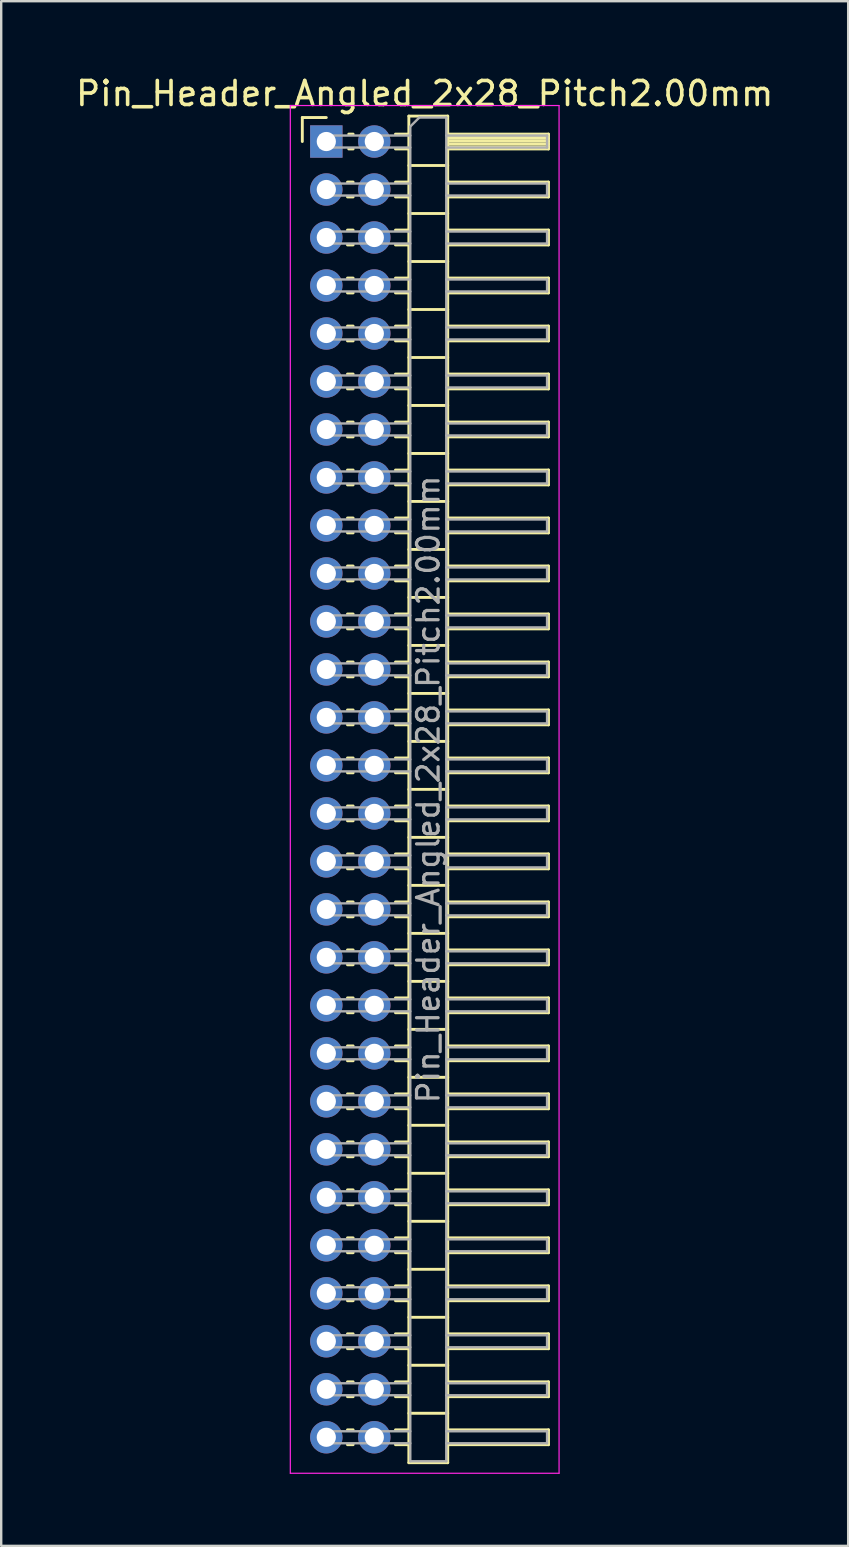
<source format=kicad_pcb>
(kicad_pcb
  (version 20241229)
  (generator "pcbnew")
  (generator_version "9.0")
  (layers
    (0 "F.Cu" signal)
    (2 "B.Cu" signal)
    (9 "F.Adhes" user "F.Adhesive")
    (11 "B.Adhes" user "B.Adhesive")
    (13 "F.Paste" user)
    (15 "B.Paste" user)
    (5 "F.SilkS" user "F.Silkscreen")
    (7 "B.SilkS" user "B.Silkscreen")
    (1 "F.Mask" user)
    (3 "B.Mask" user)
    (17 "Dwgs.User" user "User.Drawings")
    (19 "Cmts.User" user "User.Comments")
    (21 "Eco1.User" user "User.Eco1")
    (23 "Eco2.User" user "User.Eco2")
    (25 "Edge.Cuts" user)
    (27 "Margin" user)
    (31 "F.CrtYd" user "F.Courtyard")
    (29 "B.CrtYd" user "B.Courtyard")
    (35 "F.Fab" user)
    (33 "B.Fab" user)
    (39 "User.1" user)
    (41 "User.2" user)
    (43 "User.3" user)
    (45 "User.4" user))
  (footprint "Pin_Header_Angled_2x28_Pitch2.00mm"
    (layer "F.Cu")
    (at 10.549 2.848)
    (property "Reference" "Pin_Header_Angled_2x28_Pitch2.00mm" (at 4.1 -2 0) (layer "F.SilkS") (effects (font (size 1 1) (thickness 0.15))))
    (attr through_hole)
    (fp_line (start -1 -1) (end 0 -1) (stroke (width 0.12) (type solid)) (layer "F.SilkS"))
    (fp_line (start -1 0) (end -1 -1) (stroke (width 0.12) (type solid)) (layer "F.SilkS"))
    (fp_line (start 0.882 1.69) (end 1.118 1.69) (stroke (width 0.12) (type solid)) (layer "F.SilkS"))
    (fp_line (start 0.882 2.31) (end 1.118 2.31) (stroke (width 0.12) (type solid)) (layer "F.SilkS"))
    (fp_line (start 0.882 3.69) (end 1.118 3.69) (stroke (width 0.12) (type solid)) (layer "F.SilkS"))
    (fp_line (start 0.882 4.31) (end 1.118 4.31) (stroke (width 0.12) (type solid)) (layer "F.SilkS"))
    (fp_line (start 0.882 5.69) (end 1.118 5.69) (stroke (width 0.12) (type solid)) (layer "F.SilkS"))
    (fp_line (start 0.882 6.31) (end 1.118 6.31) (stroke (width 0.12) (type solid)) (layer "F.SilkS"))
    (fp_line (start 0.882 7.69) (end 1.118 7.69) (stroke (width 0.12) (type solid)) (layer "F.SilkS"))
    (fp_line (start 0.882 8.31) (end 1.118 8.31) (stroke (width 0.12) (type solid)) (layer "F.SilkS"))
    (fp_line (start 0.882 9.69) (end 1.118 9.69) (stroke (width 0.12) (type solid)) (layer "F.SilkS"))
    (fp_line (start 0.882 10.31) (end 1.118 10.31) (stroke (width 0.12) (type solid)) (layer "F.SilkS"))
    (fp_line (start 0.882 11.69) (end 1.118 11.69) (stroke (width 0.12) (type solid)) (layer "F.SilkS"))
    (fp_line (start 0.882 12.31) (end 1.118 12.31) (stroke (width 0.12) (type solid)) (layer "F.SilkS"))
    (fp_line (start 0.882 13.69) (end 1.118 13.69) (stroke (width 0.12) (type solid)) (layer "F.SilkS"))
    (fp_line (start 0.882 14.31) (end 1.118 14.31) (stroke (width 0.12) (type solid)) (layer "F.SilkS"))
    (fp_line (start 0.882 15.69) (end 1.118 15.69) (stroke (width 0.12) (type solid)) (layer "F.SilkS"))
    (fp_line (start 0.882 16.31) (end 1.118 16.31) (stroke (width 0.12) (type solid)) (layer "F.SilkS"))
    (fp_line (start 0.882 17.69) (end 1.118 17.69) (stroke (width 0.12) (type solid)) (layer "F.SilkS"))
    (fp_line (start 0.882 18.31) (end 1.118 18.31) (stroke (width 0.12) (type solid)) (layer "F.SilkS"))
    (fp_line (start 0.882 19.69) (end 1.118 19.69) (stroke (width 0.12) (type solid)) (layer "F.SilkS"))
    (fp_line (start 0.882 20.31) (end 1.118 20.31) (stroke (width 0.12) (type solid)) (layer "F.SilkS"))
    (fp_line (start 0.882 21.69) (end 1.118 21.69) (stroke (width 0.12) (type solid)) (layer "F.SilkS"))
    (fp_line (start 0.882 22.31) (end 1.118 22.31) (stroke (width 0.12) (type solid)) (layer "F.SilkS"))
    (fp_line (start 0.882 23.69) (end 1.118 23.69) (stroke (width 0.12) (type solid)) (layer "F.SilkS"))
    (fp_line (start 0.882 24.31) (end 1.118 24.31) (stroke (width 0.12) (type solid)) (layer "F.SilkS"))
    (fp_line (start 0.882 25.69) (end 1.118 25.69) (stroke (width 0.12) (type solid)) (layer "F.SilkS"))
    (fp_line (start 0.882 26.31) (end 1.118 26.31) (stroke (width 0.12) (type solid)) (layer "F.SilkS"))
    (fp_line (start 0.882 27.69) (end 1.118 27.69) (stroke (width 0.12) (type solid)) (layer "F.SilkS"))
    (fp_line (start 0.882 28.31) (end 1.118 28.31) (stroke (width 0.12) (type solid)) (layer "F.SilkS"))
    (fp_line (start 0.882 29.69) (end 1.118 29.69) (stroke (width 0.12) (type solid)) (layer "F.SilkS"))
    (fp_line (start 0.882 30.31) (end 1.118 30.31) (stroke (width 0.12) (type solid)) (layer "F.SilkS"))
    (fp_line (start 0.882 31.69) (end 1.118 31.69) (stroke (width 0.12) (type solid)) (layer "F.SilkS"))
    (fp_line (start 0.882 32.31) (end 1.118 32.31) (stroke (width 0.12) (type solid)) (layer "F.SilkS"))
    (fp_line (start 0.882 33.69) (end 1.118 33.69) (stroke (width 0.12) (type solid)) (layer "F.SilkS"))
    (fp_line (start 0.882 34.31) (end 1.118 34.31) (stroke (width 0.12) (type solid)) (layer "F.SilkS"))
    (fp_line (start 0.882 35.69) (end 1.118 35.69) (stroke (width 0.12) (type solid)) (layer "F.SilkS"))
    (fp_line (start 0.882 36.31) (end 1.118 36.31) (stroke (width 0.12) (type solid)) (layer "F.SilkS"))
    (fp_line (start 0.882 37.69) (end 1.118 37.69) (stroke (width 0.12) (type solid)) (layer "F.SilkS"))
    (fp_line (start 0.882 38.31) (end 1.118 38.31) (stroke (width 0.12) (type solid)) (layer "F.SilkS"))
    (fp_line (start 0.882 39.69) (end 1.118 39.69) (stroke (width 0.12) (type solid)) (layer "F.SilkS"))
    (fp_line (start 0.882 40.31) (end 1.118 40.31) (stroke (width 0.12) (type solid)) (layer "F.SilkS"))
    (fp_line (start 0.882 41.69) (end 1.118 41.69) (stroke (width 0.12) (type solid)) (layer "F.SilkS"))
    (fp_line (start 0.882 42.31) (end 1.118 42.31) (stroke (width 0.12) (type solid)) (layer "F.SilkS"))
    (fp_line (start 0.882 43.69) (end 1.118 43.69) (stroke (width 0.12) (type solid)) (layer "F.SilkS"))
    (fp_line (start 0.882 44.31) (end 1.118 44.31) (stroke (width 0.12) (type solid)) (layer "F.SilkS"))
    (fp_line (start 0.882 45.69) (end 1.118 45.69) (stroke (width 0.12) (type solid)) (layer "F.SilkS"))
    (fp_line (start 0.882 46.31) (end 1.118 46.31) (stroke (width 0.12) (type solid)) (layer "F.SilkS"))
    (fp_line (start 0.882 47.69) (end 1.118 47.69) (stroke (width 0.12) (type solid)) (layer "F.SilkS"))
    (fp_line (start 0.882 48.31) (end 1.118 48.31) (stroke (width 0.12) (type solid)) (layer "F.SilkS"))
    (fp_line (start 0.882 49.69) (end 1.118 49.69) (stroke (width 0.12) (type solid)) (layer "F.SilkS"))
    (fp_line (start 0.882 50.31) (end 1.118 50.31) (stroke (width 0.12) (type solid)) (layer "F.SilkS"))
    (fp_line (start 0.882 51.69) (end 1.118 51.69) (stroke (width 0.12) (type solid)) (layer "F.SilkS"))
    (fp_line (start 0.882 52.31) (end 1.118 52.31) (stroke (width 0.12) (type solid)) (layer "F.SilkS"))
    (fp_line (start 0.882 53.69) (end 1.118 53.69) (stroke (width 0.12) (type solid)) (layer "F.SilkS"))
    (fp_line (start 0.882 54.31) (end 1.118 54.31) (stroke (width 0.12) (type solid)) (layer "F.SilkS"))
    (fp_line (start 0.935 -0.31) (end 1.118 -0.31) (stroke (width 0.12) (type solid)) (layer "F.SilkS"))
    (fp_line (start 0.935 0.31) (end 1.118 0.31) (stroke (width 0.12) (type solid)) (layer "F.SilkS"))
    (fp_line (start 2.882 -0.31) (end 3.44 -0.31) (stroke (width 0.12) (type solid)) (layer "F.SilkS"))
    (fp_line (start 2.882 0.31) (end 3.44 0.31) (stroke (width 0.12) (type solid)) (layer "F.SilkS"))
    (fp_line (start 2.882 1.69) (end 3.44 1.69) (stroke (width 0.12) (type solid)) (layer "F.SilkS"))
    (fp_line (start 2.882 2.31) (end 3.44 2.31) (stroke (width 0.12) (type solid)) (layer "F.SilkS"))
    (fp_line (start 2.882 3.69) (end 3.44 3.69) (stroke (width 0.12) (type solid)) (layer "F.SilkS"))
    (fp_line (start 2.882 4.31) (end 3.44 4.31) (stroke (width 0.12) (type solid)) (layer "F.SilkS"))
    (fp_line (start 2.882 5.69) (end 3.44 5.69) (stroke (width 0.12) (type solid)) (layer "F.SilkS"))
    (fp_line (start 2.882 6.31) (end 3.44 6.31) (stroke (width 0.12) (type solid)) (layer "F.SilkS"))
    (fp_line (start 2.882 7.69) (end 3.44 7.69) (stroke (width 0.12) (type solid)) (layer "F.SilkS"))
    (fp_line (start 2.882 8.31) (end 3.44 8.31) (stroke (width 0.12) (type solid)) (layer "F.SilkS"))
    (fp_line (start 2.882 9.69) (end 3.44 9.69) (stroke (width 0.12) (type solid)) (layer "F.SilkS"))
    (fp_line (start 2.882 10.31) (end 3.44 10.31) (stroke (width 0.12) (type solid)) (layer "F.SilkS"))
    (fp_line (start 2.882 11.69) (end 3.44 11.69) (stroke (width 0.12) (type solid)) (layer "F.SilkS"))
    (fp_line (start 2.882 12.31) (end 3.44 12.31) (stroke (width 0.12) (type solid)) (layer "F.SilkS"))
    (fp_line (start 2.882 13.69) (end 3.44 13.69) (stroke (width 0.12) (type solid)) (layer "F.SilkS"))
    (fp_line (start 2.882 14.31) (end 3.44 14.31) (stroke (width 0.12) (type solid)) (layer "F.SilkS"))
    (fp_line (start 2.882 15.69) (end 3.44 15.69) (stroke (width 0.12) (type solid)) (layer "F.SilkS"))
    (fp_line (start 2.882 16.31) (end 3.44 16.31) (stroke (width 0.12) (type solid)) (layer "F.SilkS"))
    (fp_line (start 2.882 17.69) (end 3.44 17.69) (stroke (width 0.12) (type solid)) (layer "F.SilkS"))
    (fp_line (start 2.882 18.31) (end 3.44 18.31) (stroke (width 0.12) (type solid)) (layer "F.SilkS"))
    (fp_line (start 2.882 19.69) (end 3.44 19.69) (stroke (width 0.12) (type solid)) (layer "F.SilkS"))
    (fp_line (start 2.882 20.31) (end 3.44 20.31) (stroke (width 0.12) (type solid)) (layer "F.SilkS"))
    (fp_line (start 2.882 21.69) (end 3.44 21.69) (stroke (width 0.12) (type solid)) (layer "F.SilkS"))
    (fp_line (start 2.882 22.31) (end 3.44 22.31) (stroke (width 0.12) (type solid)) (layer "F.SilkS"))
    (fp_line (start 2.882 23.69) (end 3.44 23.69) (stroke (width 0.12) (type solid)) (layer "F.SilkS"))
    (fp_line (start 2.882 24.31) (end 3.44 24.31) (stroke (width 0.12) (type solid)) (layer "F.SilkS"))
    (fp_line (start 2.882 25.69) (end 3.44 25.69) (stroke (width 0.12) (type solid)) (layer "F.SilkS"))
    (fp_line (start 2.882 26.31) (end 3.44 26.31) (stroke (width 0.12) (type solid)) (layer "F.SilkS"))
    (fp_line (start 2.882 27.69) (end 3.44 27.69) (stroke (width 0.12) (type solid)) (layer "F.SilkS"))
    (fp_line (start 2.882 28.31) (end 3.44 28.31) (stroke (width 0.12) (type solid)) (layer "F.SilkS"))
    (fp_line (start 2.882 29.69) (end 3.44 29.69) (stroke (width 0.12) (type solid)) (layer "F.SilkS"))
    (fp_line (start 2.882 30.31) (end 3.44 30.31) (stroke (width 0.12) (type solid)) (layer "F.SilkS"))
    (fp_line (start 2.882 31.69) (end 3.44 31.69) (stroke (width 0.12) (type solid)) (layer "F.SilkS"))
    (fp_line (start 2.882 32.31) (end 3.44 32.31) (stroke (width 0.12) (type solid)) (layer "F.SilkS"))
    (fp_line (start 2.882 33.69) (end 3.44 33.69) (stroke (width 0.12) (type solid)) (layer "F.SilkS"))
    (fp_line (start 2.882 34.31) (end 3.44 34.31) (stroke (width 0.12) (type solid)) (layer "F.SilkS"))
    (fp_line (start 2.882 35.69) (end 3.44 35.69) (stroke (width 0.12) (type solid)) (layer "F.SilkS"))
    (fp_line (start 2.882 36.31) (end 3.44 36.31) (stroke (width 0.12) (type solid)) (layer "F.SilkS"))
    (fp_line (start 2.882 37.69) (end 3.44 37.69) (stroke (width 0.12) (type solid)) (layer "F.SilkS"))
    (fp_line (start 2.882 38.31) (end 3.44 38.31) (stroke (width 0.12) (type solid)) (layer "F.SilkS"))
    (fp_line (start 2.882 39.69) (end 3.44 39.69) (stroke (width 0.12) (type solid)) (layer "F.SilkS"))
    (fp_line (start 2.882 40.31) (end 3.44 40.31) (stroke (width 0.12) (type solid)) (layer "F.SilkS"))
    (fp_line (start 2.882 41.69) (end 3.44 41.69) (stroke (width 0.12) (type solid)) (layer "F.SilkS"))
    (fp_line (start 2.882 42.31) (end 3.44 42.31) (stroke (width 0.12) (type solid)) (layer "F.SilkS"))
    (fp_line (start 2.882 43.69) (end 3.44 43.69) (stroke (width 0.12) (type solid)) (layer "F.SilkS"))
    (fp_line (start 2.882 44.31) (end 3.44 44.31) (stroke (width 0.12) (type solid)) (layer "F.SilkS"))
    (fp_line (start 2.882 45.69) (end 3.44 45.69) (stroke (width 0.12) (type solid)) (layer "F.SilkS"))
    (fp_line (start 2.882 46.31) (end 3.44 46.31) (stroke (width 0.12) (type solid)) (layer "F.SilkS"))
    (fp_line (start 2.882 47.69) (end 3.44 47.69) (stroke (width 0.12) (type solid)) (layer "F.SilkS"))
    (fp_line (start 2.882 48.31) (end 3.44 48.31) (stroke (width 0.12) (type solid)) (layer "F.SilkS"))
    (fp_line (start 2.882 49.69) (end 3.44 49.69) (stroke (width 0.12) (type solid)) (layer "F.SilkS"))
    (fp_line (start 2.882 50.31) (end 3.44 50.31) (stroke (width 0.12) (type solid)) (layer "F.SilkS"))
    (fp_line (start 2.882 51.69) (end 3.44 51.69) (stroke (width 0.12) (type solid)) (layer "F.SilkS"))
    (fp_line (start 2.882 52.31) (end 3.44 52.31) (stroke (width 0.12) (type solid)) (layer "F.SilkS"))
    (fp_line (start 2.882 53.69) (end 3.44 53.69) (stroke (width 0.12) (type solid)) (layer "F.SilkS"))
    (fp_line (start 2.882 54.31) (end 3.44 54.31) (stroke (width 0.12) (type solid)) (layer "F.SilkS"))
    (fp_line (start 3.44 -1.06) (end 3.44 55.06) (stroke (width 0.12) (type solid)) (layer "F.SilkS"))
    (fp_line (start 3.44 1) (end 5.06 1) (stroke (width 0.12) (type solid)) (layer "F.SilkS"))
    (fp_line (start 3.44 3) (end 5.06 3) (stroke (width 0.12) (type solid)) (layer "F.SilkS"))
    (fp_line (start 3.44 5) (end 5.06 5) (stroke (width 0.12) (type solid)) (layer "F.SilkS"))
    (fp_line (start 3.44 7) (end 5.06 7) (stroke (width 0.12) (type solid)) (layer "F.SilkS"))
    (fp_line (start 3.44 9) (end 5.06 9) (stroke (width 0.12) (type solid)) (layer "F.SilkS"))
    (fp_line (start 3.44 11) (end 5.06 11) (stroke (width 0.12) (type solid)) (layer "F.SilkS"))
    (fp_line (start 3.44 13) (end 5.06 13) (stroke (width 0.12) (type solid)) (layer "F.SilkS"))
    (fp_line (start 3.44 15) (end 5.06 15) (stroke (width 0.12) (type solid)) (layer "F.SilkS"))
    (fp_line (start 3.44 17) (end 5.06 17) (stroke (width 0.12) (type solid)) (layer "F.SilkS"))
    (fp_line (start 3.44 19) (end 5.06 19) (stroke (width 0.12) (type solid)) (layer "F.SilkS"))
    (fp_line (start 3.44 21) (end 5.06 21) (stroke (width 0.12) (type solid)) (layer "F.SilkS"))
    (fp_line (start 3.44 23) (end 5.06 23) (stroke (width 0.12) (type solid)) (layer "F.SilkS"))
    (fp_line (start 3.44 25) (end 5.06 25) (stroke (width 0.12) (type solid)) (layer "F.SilkS"))
    (fp_line (start 3.44 27) (end 5.06 27) (stroke (width 0.12) (type solid)) (layer "F.SilkS"))
    (fp_line (start 3.44 29) (end 5.06 29) (stroke (width 0.12) (type solid)) (layer "F.SilkS"))
    (fp_line (start 3.44 31) (end 5.06 31) (stroke (width 0.12) (type solid)) (layer "F.SilkS"))
    (fp_line (start 3.44 33) (end 5.06 33) (stroke (width 0.12) (type solid)) (layer "F.SilkS"))
    (fp_line (start 3.44 35) (end 5.06 35) (stroke (width 0.12) (type solid)) (layer "F.SilkS"))
    (fp_line (start 3.44 37) (end 5.06 37) (stroke (width 0.12) (type solid)) (layer "F.SilkS"))
    (fp_line (start 3.44 39) (end 5.06 39) (stroke (width 0.12) (type solid)) (layer "F.SilkS"))
    (fp_line (start 3.44 41) (end 5.06 41) (stroke (width 0.12) (type solid)) (layer "F.SilkS"))
    (fp_line (start 3.44 43) (end 5.06 43) (stroke (width 0.12) (type solid)) (layer "F.SilkS"))
    (fp_line (start 3.44 45) (end 5.06 45) (stroke (width 0.12) (type solid)) (layer "F.SilkS"))
    (fp_line (start 3.44 47) (end 5.06 47) (stroke (width 0.12) (type solid)) (layer "F.SilkS"))
    (fp_line (start 3.44 49) (end 5.06 49) (stroke (width 0.12) (type solid)) (layer "F.SilkS"))
    (fp_line (start 3.44 51) (end 5.06 51) (stroke (width 0.12) (type solid)) (layer "F.SilkS"))
    (fp_line (start 3.44 53) (end 5.06 53) (stroke (width 0.12) (type solid)) (layer "F.SilkS"))
    (fp_line (start 3.44 55.06) (end 5.06 55.06) (stroke (width 0.12) (type solid)) (layer "F.SilkS"))
    (fp_line (start 5.06 -1.06) (end 3.44 -1.06) (stroke (width 0.12) (type solid)) (layer "F.SilkS"))
    (fp_line (start 5.06 -0.31) (end 9.26 -0.31) (stroke (width 0.12) (type solid)) (layer "F.SilkS"))
    (fp_line (start 5.06 -0.25) (end 9.26 -0.25) (stroke (width 0.12) (type solid)) (layer "F.SilkS"))
    (fp_line (start 5.06 -0.13) (end 9.26 -0.13) (stroke (width 0.12) (type solid)) (layer "F.SilkS"))
    (fp_line (start 5.06 -0.01) (end 9.26 -0.01) (stroke (width 0.12) (type solid)) (layer "F.SilkS"))
    (fp_line (start 5.06 0.11) (end 9.26 0.11) (stroke (width 0.12) (type solid)) (layer "F.SilkS"))
    (fp_line (start 5.06 0.23) (end 9.26 0.23) (stroke (width 0.12) (type solid)) (layer "F.SilkS"))
    (fp_line (start 5.06 1.69) (end 9.26 1.69) (stroke (width 0.12) (type solid)) (layer "F.SilkS"))
    (fp_line (start 5.06 3.69) (end 9.26 3.69) (stroke (width 0.12) (type solid)) (layer "F.SilkS"))
    (fp_line (start 5.06 5.69) (end 9.26 5.69) (stroke (width 0.12) (type solid)) (layer "F.SilkS"))
    (fp_line (start 5.06 7.69) (end 9.26 7.69) (stroke (width 0.12) (type solid)) (layer "F.SilkS"))
    (fp_line (start 5.06 9.69) (end 9.26 9.69) (stroke (width 0.12) (type solid)) (layer "F.SilkS"))
    (fp_line (start 5.06 11.69) (end 9.26 11.69) (stroke (width 0.12) (type solid)) (layer "F.SilkS"))
    (fp_line (start 5.06 13.69) (end 9.26 13.69) (stroke (width 0.12) (type solid)) (layer "F.SilkS"))
    (fp_line (start 5.06 15.69) (end 9.26 15.69) (stroke (width 0.12) (type solid)) (layer "F.SilkS"))
    (fp_line (start 5.06 17.69) (end 9.26 17.69) (stroke (width 0.12) (type solid)) (layer "F.SilkS"))
    (fp_line (start 5.06 19.69) (end 9.26 19.69) (stroke (width 0.12) (type solid)) (layer "F.SilkS"))
    (fp_line (start 5.06 21.69) (end 9.26 21.69) (stroke (width 0.12) (type solid)) (layer "F.SilkS"))
    (fp_line (start 5.06 23.69) (end 9.26 23.69) (stroke (width 0.12) (type solid)) (layer "F.SilkS"))
    (fp_line (start 5.06 25.69) (end 9.26 25.69) (stroke (width 0.12) (type solid)) (layer "F.SilkS"))
    (fp_line (start 5.06 27.69) (end 9.26 27.69) (stroke (width 0.12) (type solid)) (layer "F.SilkS"))
    (fp_line (start 5.06 29.69) (end 9.26 29.69) (stroke (width 0.12) (type solid)) (layer "F.SilkS"))
    (fp_line (start 5.06 31.69) (end 9.26 31.69) (stroke (width 0.12) (type solid)) (layer "F.SilkS"))
    (fp_line (start 5.06 33.69) (end 9.26 33.69) (stroke (width 0.12) (type solid)) (layer "F.SilkS"))
    (fp_line (start 5.06 35.69) (end 9.26 35.69) (stroke (width 0.12) (type solid)) (layer "F.SilkS"))
    (fp_line (start 5.06 37.69) (end 9.26 37.69) (stroke (width 0.12) (type solid)) (layer "F.SilkS"))
    (fp_line (start 5.06 39.69) (end 9.26 39.69) (stroke (width 0.12) (type solid)) (layer "F.SilkS"))
    (fp_line (start 5.06 41.69) (end 9.26 41.69) (stroke (width 0.12) (type solid)) (layer "F.SilkS"))
    (fp_line (start 5.06 43.69) (end 9.26 43.69) (stroke (width 0.12) (type solid)) (layer "F.SilkS"))
    (fp_line (start 5.06 45.69) (end 9.26 45.69) (stroke (width 0.12) (type solid)) (layer "F.SilkS"))
    (fp_line (start 5.06 47.69) (end 9.26 47.69) (stroke (width 0.12) (type solid)) (layer "F.SilkS"))
    (fp_line (start 5.06 49.69) (end 9.26 49.69) (stroke (width 0.12) (type solid)) (layer "F.SilkS"))
    (fp_line (start 5.06 51.69) (end 9.26 51.69) (stroke (width 0.12) (type solid)) (layer "F.SilkS"))
    (fp_line (start 5.06 53.69) (end 9.26 53.69) (stroke (width 0.12) (type solid)) (layer "F.SilkS"))
    (fp_line (start 5.06 55.06) (end 5.06 -1.06) (stroke (width 0.12) (type solid)) (layer "F.SilkS"))
    (fp_line (start 9.26 -0.31) (end 9.26 0.31) (stroke (width 0.12) (type solid)) (layer "F.SilkS"))
    (fp_line (start 9.26 0.31) (end 5.06 0.31) (stroke (width 0.12) (type solid)) (layer "F.SilkS"))
    (fp_line (start 9.26 1.69) (end 9.26 2.31) (stroke (width 0.12) (type solid)) (layer "F.SilkS"))
    (fp_line (start 9.26 2.31) (end 5.06 2.31) (stroke (width 0.12) (type solid)) (layer "F.SilkS"))
    (fp_line (start 9.26 3.69) (end 9.26 4.31) (stroke (width 0.12) (type solid)) (layer "F.SilkS"))
    (fp_line (start 9.26 4.31) (end 5.06 4.31) (stroke (width 0.12) (type solid)) (layer "F.SilkS"))
    (fp_line (start 9.26 5.69) (end 9.26 6.31) (stroke (width 0.12) (type solid)) (layer "F.SilkS"))
    (fp_line (start 9.26 6.31) (end 5.06 6.31) (stroke (width 0.12) (type solid)) (layer "F.SilkS"))
    (fp_line (start 9.26 7.69) (end 9.26 8.31) (stroke (width 0.12) (type solid)) (layer "F.SilkS"))
    (fp_line (start 9.26 8.31) (end 5.06 8.31) (stroke (width 0.12) (type solid)) (layer "F.SilkS"))
    (fp_line (start 9.26 9.69) (end 9.26 10.31) (stroke (width 0.12) (type solid)) (layer "F.SilkS"))
    (fp_line (start 9.26 10.31) (end 5.06 10.31) (stroke (width 0.12) (type solid)) (layer "F.SilkS"))
    (fp_line (start 9.26 11.69) (end 9.26 12.31) (stroke (width 0.12) (type solid)) (layer "F.SilkS"))
    (fp_line (start 9.26 12.31) (end 5.06 12.31) (stroke (width 0.12) (type solid)) (layer "F.SilkS"))
    (fp_line (start 9.26 13.69) (end 9.26 14.31) (stroke (width 0.12) (type solid)) (layer "F.SilkS"))
    (fp_line (start 9.26 14.31) (end 5.06 14.31) (stroke (width 0.12) (type solid)) (layer "F.SilkS"))
    (fp_line (start 9.26 15.69) (end 9.26 16.31) (stroke (width 0.12) (type solid)) (layer "F.SilkS"))
    (fp_line (start 9.26 16.31) (end 5.06 16.31) (stroke (width 0.12) (type solid)) (layer "F.SilkS"))
    (fp_line (start 9.26 17.69) (end 9.26 18.31) (stroke (width 0.12) (type solid)) (layer "F.SilkS"))
    (fp_line (start 9.26 18.31) (end 5.06 18.31) (stroke (width 0.12) (type solid)) (layer "F.SilkS"))
    (fp_line (start 9.26 19.69) (end 9.26 20.31) (stroke (width 0.12) (type solid)) (layer "F.SilkS"))
    (fp_line (start 9.26 20.31) (end 5.06 20.31) (stroke (width 0.12) (type solid)) (layer "F.SilkS"))
    (fp_line (start 9.26 21.69) (end 9.26 22.31) (stroke (width 0.12) (type solid)) (layer "F.SilkS"))
    (fp_line (start 9.26 22.31) (end 5.06 22.31) (stroke (width 0.12) (type solid)) (layer "F.SilkS"))
    (fp_line (start 9.26 23.69) (end 9.26 24.31) (stroke (width 0.12) (type solid)) (layer "F.SilkS"))
    (fp_line (start 9.26 24.31) (end 5.06 24.31) (stroke (width 0.12) (type solid)) (layer "F.SilkS"))
    (fp_line (start 9.26 25.69) (end 9.26 26.31) (stroke (width 0.12) (type solid)) (layer "F.SilkS"))
    (fp_line (start 9.26 26.31) (end 5.06 26.31) (stroke (width 0.12) (type solid)) (layer "F.SilkS"))
    (fp_line (start 9.26 27.69) (end 9.26 28.31) (stroke (width 0.12) (type solid)) (layer "F.SilkS"))
    (fp_line (start 9.26 28.31) (end 5.06 28.31) (stroke (width 0.12) (type solid)) (layer "F.SilkS"))
    (fp_line (start 9.26 29.69) (end 9.26 30.31) (stroke (width 0.12) (type solid)) (layer "F.SilkS"))
    (fp_line (start 9.26 30.31) (end 5.06 30.31) (stroke (width 0.12) (type solid)) (layer "F.SilkS"))
    (fp_line (start 9.26 31.69) (end 9.26 32.31) (stroke (width 0.12) (type solid)) (layer "F.SilkS"))
    (fp_line (start 9.26 32.31) (end 5.06 32.31) (stroke (width 0.12) (type solid)) (layer "F.SilkS"))
    (fp_line (start 9.26 33.69) (end 9.26 34.31) (stroke (width 0.12) (type solid)) (layer "F.SilkS"))
    (fp_line (start 9.26 34.31) (end 5.06 34.31) (stroke (width 0.12) (type solid)) (layer "F.SilkS"))
    (fp_line (start 9.26 35.69) (end 9.26 36.31) (stroke (width 0.12) (type solid)) (layer "F.SilkS"))
    (fp_line (start 9.26 36.31) (end 5.06 36.31) (stroke (width 0.12) (type solid)) (layer "F.SilkS"))
    (fp_line (start 9.26 37.69) (end 9.26 38.31) (stroke (width 0.12) (type solid)) (layer "F.SilkS"))
    (fp_line (start 9.26 38.31) (end 5.06 38.31) (stroke (width 0.12) (type solid)) (layer "F.SilkS"))
    (fp_line (start 9.26 39.69) (end 9.26 40.31) (stroke (width 0.12) (type solid)) (layer "F.SilkS"))
    (fp_line (start 9.26 40.31) (end 5.06 40.31) (stroke (width 0.12) (type solid)) (layer "F.SilkS"))
    (fp_line (start 9.26 41.69) (end 9.26 42.31) (stroke (width 0.12) (type solid)) (layer "F.SilkS"))
    (fp_line (start 9.26 42.31) (end 5.06 42.31) (stroke (width 0.12) (type solid)) (layer "F.SilkS"))
    (fp_line (start 9.26 43.69) (end 9.26 44.31) (stroke (width 0.12) (type solid)) (layer "F.SilkS"))
    (fp_line (start 9.26 44.31) (end 5.06 44.31) (stroke (width 0.12) (type solid)) (layer "F.SilkS"))
    (fp_line (start 9.26 45.69) (end 9.26 46.31) (stroke (width 0.12) (type solid)) (layer "F.SilkS"))
    (fp_line (start 9.26 46.31) (end 5.06 46.31) (stroke (width 0.12) (type solid)) (layer "F.SilkS"))
    (fp_line (start 9.26 47.69) (end 9.26 48.31) (stroke (width 0.12) (type solid)) (layer "F.SilkS"))
    (fp_line (start 9.26 48.31) (end 5.06 48.31) (stroke (width 0.12) (type solid)) (layer "F.SilkS"))
    (fp_line (start 9.26 49.69) (end 9.26 50.31) (stroke (width 0.12) (type solid)) (layer "F.SilkS"))
    (fp_line (start 9.26 50.31) (end 5.06 50.31) (stroke (width 0.12) (type solid)) (layer "F.SilkS"))
    (fp_line (start 9.26 51.69) (end 9.26 52.31) (stroke (width 0.12) (type solid)) (layer "F.SilkS"))
    (fp_line (start 9.26 52.31) (end 5.06 52.31) (stroke (width 0.12) (type solid)) (layer "F.SilkS"))
    (fp_line (start 9.26 53.69) (end 9.26 54.31) (stroke (width 0.12) (type solid)) (layer "F.SilkS"))
    (fp_line (start 9.26 54.31) (end 5.06 54.31) (stroke (width 0.12) (type solid)) (layer "F.SilkS"))
    (fp_line (start -1.5 -1.5) (end -1.5 55.5) (stroke (width 0.05) (type solid)) (layer "F.CrtYd"))
    (fp_line (start -1.5 55.5) (end 9.7 55.5) (stroke (width 0.05) (type solid)) (layer "F.CrtYd"))
    (fp_line (start 9.7 -1.5) (end -1.5 -1.5) (stroke (width 0.05) (type solid)) (layer "F.CrtYd"))
    (fp_line (start 9.7 55.5) (end 9.7 -1.5) (stroke (width 0.05) (type solid)) (layer "F.CrtYd"))
    (fp_line (start -0.25 -0.25) (end -0.25 0.25) (stroke (width 0.1) (type solid)) (layer "F.Fab"))
    (fp_line (start -0.25 -0.25) (end 3.5 -0.25) (stroke (width 0.1) (type solid)) (layer "F.Fab"))
    (fp_line (start -0.25 0.25) (end 3.5 0.25) (stroke (width 0.1) (type solid)) (layer "F.Fab"))
    (fp_line (start -0.25 1.75) (end -0.25 2.25) (stroke (width 0.1) (type solid)) (layer "F.Fab"))
    (fp_line (start -0.25 1.75) (end 3.5 1.75) (stroke (width 0.1) (type solid)) (layer "F.Fab"))
    (fp_line (start -0.25 2.25) (end 3.5 2.25) (stroke (width 0.1) (type solid)) (layer "F.Fab"))
    (fp_line (start -0.25 3.75) (end -0.25 4.25) (stroke (width 0.1) (type solid)) (layer "F.Fab"))
    (fp_line (start -0.25 3.75) (end 3.5 3.75) (stroke (width 0.1) (type solid)) (layer "F.Fab"))
    (fp_line (start -0.25 4.25) (end 3.5 4.25) (stroke (width 0.1) (type solid)) (layer "F.Fab"))
    (fp_line (start -0.25 5.75) (end -0.25 6.25) (stroke (width 0.1) (type solid)) (layer "F.Fab"))
    (fp_line (start -0.25 5.75) (end 3.5 5.75) (stroke (width 0.1) (type solid)) (layer "F.Fab"))
    (fp_line (start -0.25 6.25) (end 3.5 6.25) (stroke (width 0.1) (type solid)) (layer "F.Fab"))
    (fp_line (start -0.25 7.75) (end -0.25 8.25) (stroke (width 0.1) (type solid)) (layer "F.Fab"))
    (fp_line (start -0.25 7.75) (end 3.5 7.75) (stroke (width 0.1) (type solid)) (layer "F.Fab"))
    (fp_line (start -0.25 8.25) (end 3.5 8.25) (stroke (width 0.1) (type solid)) (layer "F.Fab"))
    (fp_line (start -0.25 9.75) (end -0.25 10.25) (stroke (width 0.1) (type solid)) (layer "F.Fab"))
    (fp_line (start -0.25 9.75) (end 3.5 9.75) (stroke (width 0.1) (type solid)) (layer "F.Fab"))
    (fp_line (start -0.25 10.25) (end 3.5 10.25) (stroke (width 0.1) (type solid)) (layer "F.Fab"))
    (fp_line (start -0.25 11.75) (end -0.25 12.25) (stroke (width 0.1) (type solid)) (layer "F.Fab"))
    (fp_line (start -0.25 11.75) (end 3.5 11.75) (stroke (width 0.1) (type solid)) (layer "F.Fab"))
    (fp_line (start -0.25 12.25) (end 3.5 12.25) (stroke (width 0.1) (type solid)) (layer "F.Fab"))
    (fp_line (start -0.25 13.75) (end -0.25 14.25) (stroke (width 0.1) (type solid)) (layer "F.Fab"))
    (fp_line (start -0.25 13.75) (end 3.5 13.75) (stroke (width 0.1) (type solid)) (layer "F.Fab"))
    (fp_line (start -0.25 14.25) (end 3.5 14.25) (stroke (width 0.1) (type solid)) (layer "F.Fab"))
    (fp_line (start -0.25 15.75) (end -0.25 16.25) (stroke (width 0.1) (type solid)) (layer "F.Fab"))
    (fp_line (start -0.25 15.75) (end 3.5 15.75) (stroke (width 0.1) (type solid)) (layer "F.Fab"))
    (fp_line (start -0.25 16.25) (end 3.5 16.25) (stroke (width 0.1) (type solid)) (layer "F.Fab"))
    (fp_line (start -0.25 17.75) (end -0.25 18.25) (stroke (width 0.1) (type solid)) (layer "F.Fab"))
    (fp_line (start -0.25 17.75) (end 3.5 17.75) (stroke (width 0.1) (type solid)) (layer "F.Fab"))
    (fp_line (start -0.25 18.25) (end 3.5 18.25) (stroke (width 0.1) (type solid)) (layer "F.Fab"))
    (fp_line (start -0.25 19.75) (end -0.25 20.25) (stroke (width 0.1) (type solid)) (layer "F.Fab"))
    (fp_line (start -0.25 19.75) (end 3.5 19.75) (stroke (width 0.1) (type solid)) (layer "F.Fab"))
    (fp_line (start -0.25 20.25) (end 3.5 20.25) (stroke (width 0.1) (type solid)) (layer "F.Fab"))
    (fp_line (start -0.25 21.75) (end -0.25 22.25) (stroke (width 0.1) (type solid)) (layer "F.Fab"))
    (fp_line (start -0.25 21.75) (end 3.5 21.75) (stroke (width 0.1) (type solid)) (layer "F.Fab"))
    (fp_line (start -0.25 22.25) (end 3.5 22.25) (stroke (width 0.1) (type solid)) (layer "F.Fab"))
    (fp_line (start -0.25 23.75) (end -0.25 24.25) (stroke (width 0.1) (type solid)) (layer "F.Fab"))
    (fp_line (start -0.25 23.75) (end 3.5 23.75) (stroke (width 0.1) (type solid)) (layer "F.Fab"))
    (fp_line (start -0.25 24.25) (end 3.5 24.25) (stroke (width 0.1) (type solid)) (layer "F.Fab"))
    (fp_line (start -0.25 25.75) (end -0.25 26.25) (stroke (width 0.1) (type solid)) (layer "F.Fab"))
    (fp_line (start -0.25 25.75) (end 3.5 25.75) (stroke (width 0.1) (type solid)) (layer "F.Fab"))
    (fp_line (start -0.25 26.25) (end 3.5 26.25) (stroke (width 0.1) (type solid)) (layer "F.Fab"))
    (fp_line (start -0.25 27.75) (end -0.25 28.25) (stroke (width 0.1) (type solid)) (layer "F.Fab"))
    (fp_line (start -0.25 27.75) (end 3.5 27.75) (stroke (width 0.1) (type solid)) (layer "F.Fab"))
    (fp_line (start -0.25 28.25) (end 3.5 28.25) (stroke (width 0.1) (type solid)) (layer "F.Fab"))
    (fp_line (start -0.25 29.75) (end -0.25 30.25) (stroke (width 0.1) (type solid)) (layer "F.Fab"))
    (fp_line (start -0.25 29.75) (end 3.5 29.75) (stroke (width 0.1) (type solid)) (layer "F.Fab"))
    (fp_line (start -0.25 30.25) (end 3.5 30.25) (stroke (width 0.1) (type solid)) (layer "F.Fab"))
    (fp_line (start -0.25 31.75) (end -0.25 32.25) (stroke (width 0.1) (type solid)) (layer "F.Fab"))
    (fp_line (start -0.25 31.75) (end 3.5 31.75) (stroke (width 0.1) (type solid)) (layer "F.Fab"))
    (fp_line (start -0.25 32.25) (end 3.5 32.25) (stroke (width 0.1) (type solid)) (layer "F.Fab"))
    (fp_line (start -0.25 33.75) (end -0.25 34.25) (stroke (width 0.1) (type solid)) (layer "F.Fab"))
    (fp_line (start -0.25 33.75) (end 3.5 33.75) (stroke (width 0.1) (type solid)) (layer "F.Fab"))
    (fp_line (start -0.25 34.25) (end 3.5 34.25) (stroke (width 0.1) (type solid)) (layer "F.Fab"))
    (fp_line (start -0.25 35.75) (end -0.25 36.25) (stroke (width 0.1) (type solid)) (layer "F.Fab"))
    (fp_line (start -0.25 35.75) (end 3.5 35.75) (stroke (width 0.1) (type solid)) (layer "F.Fab"))
    (fp_line (start -0.25 36.25) (end 3.5 36.25) (stroke (width 0.1) (type solid)) (layer "F.Fab"))
    (fp_line (start -0.25 37.75) (end -0.25 38.25) (stroke (width 0.1) (type solid)) (layer "F.Fab"))
    (fp_line (start -0.25 37.75) (end 3.5 37.75) (stroke (width 0.1) (type solid)) (layer "F.Fab"))
    (fp_line (start -0.25 38.25) (end 3.5 38.25) (stroke (width 0.1) (type solid)) (layer "F.Fab"))
    (fp_line (start -0.25 39.75) (end -0.25 40.25) (stroke (width 0.1) (type solid)) (layer "F.Fab"))
    (fp_line (start -0.25 39.75) (end 3.5 39.75) (stroke (width 0.1) (type solid)) (layer "F.Fab"))
    (fp_line (start -0.25 40.25) (end 3.5 40.25) (stroke (width 0.1) (type solid)) (layer "F.Fab"))
    (fp_line (start -0.25 41.75) (end -0.25 42.25) (stroke (width 0.1) (type solid)) (layer "F.Fab"))
    (fp_line (start -0.25 41.75) (end 3.5 41.75) (stroke (width 0.1) (type solid)) (layer "F.Fab"))
    (fp_line (start -0.25 42.25) (end 3.5 42.25) (stroke (width 0.1) (type solid)) (layer "F.Fab"))
    (fp_line (start -0.25 43.75) (end -0.25 44.25) (stroke (width 0.1) (type solid)) (layer "F.Fab"))
    (fp_line (start -0.25 43.75) (end 3.5 43.75) (stroke (width 0.1) (type solid)) (layer "F.Fab"))
    (fp_line (start -0.25 44.25) (end 3.5 44.25) (stroke (width 0.1) (type solid)) (layer "F.Fab"))
    (fp_line (start -0.25 45.75) (end -0.25 46.25) (stroke (width 0.1) (type solid)) (layer "F.Fab"))
    (fp_line (start -0.25 45.75) (end 3.5 45.75) (stroke (width 0.1) (type solid)) (layer "F.Fab"))
    (fp_line (start -0.25 46.25) (end 3.5 46.25) (stroke (width 0.1) (type solid)) (layer "F.Fab"))
    (fp_line (start -0.25 47.75) (end -0.25 48.25) (stroke (width 0.1) (type solid)) (layer "F.Fab"))
    (fp_line (start -0.25 47.75) (end 3.5 47.75) (stroke (width 0.1) (type solid)) (layer "F.Fab"))
    (fp_line (start -0.25 48.25) (end 3.5 48.25) (stroke (width 0.1) (type solid)) (layer "F.Fab"))
    (fp_line (start -0.25 49.75) (end -0.25 50.25) (stroke (width 0.1) (type solid)) (layer "F.Fab"))
    (fp_line (start -0.25 49.75) (end 3.5 49.75) (stroke (width 0.1) (type solid)) (layer "F.Fab"))
    (fp_line (start -0.25 50.25) (end 3.5 50.25) (stroke (width 0.1) (type solid)) (layer "F.Fab"))
    (fp_line (start -0.25 51.75) (end -0.25 52.25) (stroke (width 0.1) (type solid)) (layer "F.Fab"))
    (fp_line (start -0.25 51.75) (end 3.5 51.75) (stroke (width 0.1) (type solid)) (layer "F.Fab"))
    (fp_line (start -0.25 52.25) (end 3.5 52.25) (stroke (width 0.1) (type solid)) (layer "F.Fab"))
    (fp_line (start -0.25 53.75) (end -0.25 54.25) (stroke (width 0.1) (type solid)) (layer "F.Fab"))
    (fp_line (start -0.25 53.75) (end 3.5 53.75) (stroke (width 0.1) (type solid)) (layer "F.Fab"))
    (fp_line (start -0.25 54.25) (end 3.5 54.25) (stroke (width 0.1) (type solid)) (layer "F.Fab"))
    (fp_line (start 3.5 -0.625) (end 3.875 -1) (stroke (width 0.1) (type solid)) (layer "F.Fab"))
    (fp_line (start 3.5 55) (end 3.5 -0.625) (stroke (width 0.1) (type solid)) (layer "F.Fab"))
    (fp_line (start 3.875 -1) (end 5 -1) (stroke (width 0.1) (type solid)) (layer "F.Fab"))
    (fp_line (start 5 -1) (end 5 55) (stroke (width 0.1) (type solid)) (layer "F.Fab"))
    (fp_line (start 5 -0.25) (end 9.2 -0.25) (stroke (width 0.1) (type solid)) (layer "F.Fab"))
    (fp_line (start 5 0.25) (end 9.2 0.25) (stroke (width 0.1) (type solid)) (layer "F.Fab"))
    (fp_line (start 5 1.75) (end 9.2 1.75) (stroke (width 0.1) (type solid)) (layer "F.Fab"))
    (fp_line (start 5 2.25) (end 9.2 2.25) (stroke (width 0.1) (type solid)) (layer "F.Fab"))
    (fp_line (start 5 3.75) (end 9.2 3.75) (stroke (width 0.1) (type solid)) (layer "F.Fab"))
    (fp_line (start 5 4.25) (end 9.2 4.25) (stroke (width 0.1) (type solid)) (layer "F.Fab"))
    (fp_line (start 5 5.75) (end 9.2 5.75) (stroke (width 0.1) (type solid)) (layer "F.Fab"))
    (fp_line (start 5 6.25) (end 9.2 6.25) (stroke (width 0.1) (type solid)) (layer "F.Fab"))
    (fp_line (start 5 7.75) (end 9.2 7.75) (stroke (width 0.1) (type solid)) (layer "F.Fab"))
    (fp_line (start 5 8.25) (end 9.2 8.25) (stroke (width 0.1) (type solid)) (layer "F.Fab"))
    (fp_line (start 5 9.75) (end 9.2 9.75) (stroke (width 0.1) (type solid)) (layer "F.Fab"))
    (fp_line (start 5 10.25) (end 9.2 10.25) (stroke (width 0.1) (type solid)) (layer "F.Fab"))
    (fp_line (start 5 11.75) (end 9.2 11.75) (stroke (width 0.1) (type solid)) (layer "F.Fab"))
    (fp_line (start 5 12.25) (end 9.2 12.25) (stroke (width 0.1) (type solid)) (layer "F.Fab"))
    (fp_line (start 5 13.75) (end 9.2 13.75) (stroke (width 0.1) (type solid)) (layer "F.Fab"))
    (fp_line (start 5 14.25) (end 9.2 14.25) (stroke (width 0.1) (type solid)) (layer "F.Fab"))
    (fp_line (start 5 15.75) (end 9.2 15.75) (stroke (width 0.1) (type solid)) (layer "F.Fab"))
    (fp_line (start 5 16.25) (end 9.2 16.25) (stroke (width 0.1) (type solid)) (layer "F.Fab"))
    (fp_line (start 5 17.75) (end 9.2 17.75) (stroke (width 0.1) (type solid)) (layer "F.Fab"))
    (fp_line (start 5 18.25) (end 9.2 18.25) (stroke (width 0.1) (type solid)) (layer "F.Fab"))
    (fp_line (start 5 19.75) (end 9.2 19.75) (stroke (width 0.1) (type solid)) (layer "F.Fab"))
    (fp_line (start 5 20.25) (end 9.2 20.25) (stroke (width 0.1) (type solid)) (layer "F.Fab"))
    (fp_line (start 5 21.75) (end 9.2 21.75) (stroke (width 0.1) (type solid)) (layer "F.Fab"))
    (fp_line (start 5 22.25) (end 9.2 22.25) (stroke (width 0.1) (type solid)) (layer "F.Fab"))
    (fp_line (start 5 23.75) (end 9.2 23.75) (stroke (width 0.1) (type solid)) (layer "F.Fab"))
    (fp_line (start 5 24.25) (end 9.2 24.25) (stroke (width 0.1) (type solid)) (layer "F.Fab"))
    (fp_line (start 5 25.75) (end 9.2 25.75) (stroke (width 0.1) (type solid)) (layer "F.Fab"))
    (fp_line (start 5 26.25) (end 9.2 26.25) (stroke (width 0.1) (type solid)) (layer "F.Fab"))
    (fp_line (start 5 27.75) (end 9.2 27.75) (stroke (width 0.1) (type solid)) (layer "F.Fab"))
    (fp_line (start 5 28.25) (end 9.2 28.25) (stroke (width 0.1) (type solid)) (layer "F.Fab"))
    (fp_line (start 5 29.75) (end 9.2 29.75) (stroke (width 0.1) (type solid)) (layer "F.Fab"))
    (fp_line (start 5 30.25) (end 9.2 30.25) (stroke (width 0.1) (type solid)) (layer "F.Fab"))
    (fp_line (start 5 31.75) (end 9.2 31.75) (stroke (width 0.1) (type solid)) (layer "F.Fab"))
    (fp_line (start 5 32.25) (end 9.2 32.25) (stroke (width 0.1) (type solid)) (layer "F.Fab"))
    (fp_line (start 5 33.75) (end 9.2 33.75) (stroke (width 0.1) (type solid)) (layer "F.Fab"))
    (fp_line (start 5 34.25) (end 9.2 34.25) (stroke (width 0.1) (type solid)) (layer "F.Fab"))
    (fp_line (start 5 35.75) (end 9.2 35.75) (stroke (width 0.1) (type solid)) (layer "F.Fab"))
    (fp_line (start 5 36.25) (end 9.2 36.25) (stroke (width 0.1) (type solid)) (layer "F.Fab"))
    (fp_line (start 5 37.75) (end 9.2 37.75) (stroke (width 0.1) (type solid)) (layer "F.Fab"))
    (fp_line (start 5 38.25) (end 9.2 38.25) (stroke (width 0.1) (type solid)) (layer "F.Fab"))
    (fp_line (start 5 39.75) (end 9.2 39.75) (stroke (width 0.1) (type solid)) (layer "F.Fab"))
    (fp_line (start 5 40.25) (end 9.2 40.25) (stroke (width 0.1) (type solid)) (layer "F.Fab"))
    (fp_line (start 5 41.75) (end 9.2 41.75) (stroke (width 0.1) (type solid)) (layer "F.Fab"))
    (fp_line (start 5 42.25) (end 9.2 42.25) (stroke (width 0.1) (type solid)) (layer "F.Fab"))
    (fp_line (start 5 43.75) (end 9.2 43.75) (stroke (width 0.1) (type solid)) (layer "F.Fab"))
    (fp_line (start 5 44.25) (end 9.2 44.25) (stroke (width 0.1) (type solid)) (layer "F.Fab"))
    (fp_line (start 5 45.75) (end 9.2 45.75) (stroke (width 0.1) (type solid)) (layer "F.Fab"))
    (fp_line (start 5 46.25) (end 9.2 46.25) (stroke (width 0.1) (type solid)) (layer "F.Fab"))
    (fp_line (start 5 47.75) (end 9.2 47.75) (stroke (width 0.1) (type solid)) (layer "F.Fab"))
    (fp_line (start 5 48.25) (end 9.2 48.25) (stroke (width 0.1) (type solid)) (layer "F.Fab"))
    (fp_line (start 5 49.75) (end 9.2 49.75) (stroke (width 0.1) (type solid)) (layer "F.Fab"))
    (fp_line (start 5 50.25) (end 9.2 50.25) (stroke (width 0.1) (type solid)) (layer "F.Fab"))
    (fp_line (start 5 51.75) (end 9.2 51.75) (stroke (width 0.1) (type solid)) (layer "F.Fab"))
    (fp_line (start 5 52.25) (end 9.2 52.25) (stroke (width 0.1) (type solid)) (layer "F.Fab"))
    (fp_line (start 5 53.75) (end 9.2 53.75) (stroke (width 0.1) (type solid)) (layer "F.Fab"))
    (fp_line (start 5 54.25) (end 9.2 54.25) (stroke (width 0.1) (type solid)) (layer "F.Fab"))
    (fp_line (start 5 55) (end 3.5 55) (stroke (width 0.1) (type solid)) (layer "F.Fab"))
    (fp_line (start 9.2 -0.25) (end 9.2 0.25) (stroke (width 0.1) (type solid)) (layer "F.Fab"))
    (fp_line (start 9.2 1.75) (end 9.2 2.25) (stroke (width 0.1) (type solid)) (layer "F.Fab"))
    (fp_line (start 9.2 3.75) (end 9.2 4.25) (stroke (width 0.1) (type solid)) (layer "F.Fab"))
    (fp_line (start 9.2 5.75) (end 9.2 6.25) (stroke (width 0.1) (type solid)) (layer "F.Fab"))
    (fp_line (start 9.2 7.75) (end 9.2 8.25) (stroke (width 0.1) (type solid)) (layer "F.Fab"))
    (fp_line (start 9.2 9.75) (end 9.2 10.25) (stroke (width 0.1) (type solid)) (layer "F.Fab"))
    (fp_line (start 9.2 11.75) (end 9.2 12.25) (stroke (width 0.1) (type solid)) (layer "F.Fab"))
    (fp_line (start 9.2 13.75) (end 9.2 14.25) (stroke (width 0.1) (type solid)) (layer "F.Fab"))
    (fp_line (start 9.2 15.75) (end 9.2 16.25) (stroke (width 0.1) (type solid)) (layer "F.Fab"))
    (fp_line (start 9.2 17.75) (end 9.2 18.25) (stroke (width 0.1) (type solid)) (layer "F.Fab"))
    (fp_line (start 9.2 19.75) (end 9.2 20.25) (stroke (width 0.1) (type solid)) (layer "F.Fab"))
    (fp_line (start 9.2 21.75) (end 9.2 22.25) (stroke (width 0.1) (type solid)) (layer "F.Fab"))
    (fp_line (start 9.2 23.75) (end 9.2 24.25) (stroke (width 0.1) (type solid)) (layer "F.Fab"))
    (fp_line (start 9.2 25.75) (end 9.2 26.25) (stroke (width 0.1) (type solid)) (layer "F.Fab"))
    (fp_line (start 9.2 27.75) (end 9.2 28.25) (stroke (width 0.1) (type solid)) (layer "F.Fab"))
    (fp_line (start 9.2 29.75) (end 9.2 30.25) (stroke (width 0.1) (type solid)) (layer "F.Fab"))
    (fp_line (start 9.2 31.75) (end 9.2 32.25) (stroke (width 0.1) (type solid)) (layer "F.Fab"))
    (fp_line (start 9.2 33.75) (end 9.2 34.25) (stroke (width 0.1) (type solid)) (layer "F.Fab"))
    (fp_line (start 9.2 35.75) (end 9.2 36.25) (stroke (width 0.1) (type solid)) (layer "F.Fab"))
    (fp_line (start 9.2 37.75) (end 9.2 38.25) (stroke (width 0.1) (type solid)) (layer "F.Fab"))
    (fp_line (start 9.2 39.75) (end 9.2 40.25) (stroke (width 0.1) (type solid)) (layer "F.Fab"))
    (fp_line (start 9.2 41.75) (end 9.2 42.25) (stroke (width 0.1) (type solid)) (layer "F.Fab"))
    (fp_line (start 9.2 43.75) (end 9.2 44.25) (stroke (width 0.1) (type solid)) (layer "F.Fab"))
    (fp_line (start 9.2 45.75) (end 9.2 46.25) (stroke (width 0.1) (type solid)) (layer "F.Fab"))
    (fp_line (start 9.2 47.75) (end 9.2 48.25) (stroke (width 0.1) (type solid)) (layer "F.Fab"))
    (fp_line (start 9.2 49.75) (end 9.2 50.25) (stroke (width 0.1) (type solid)) (layer "F.Fab"))
    (fp_line (start 9.2 51.75) (end 9.2 52.25) (stroke (width 0.1) (type solid)) (layer "F.Fab"))
    (fp_line (start 9.2 53.75) (end 9.2 54.25) (stroke (width 0.1) (type solid)) (layer "F.Fab"))
    (fp_text user "${REFERENCE}" (at 4.25 27 90) (layer "F.Fab") (effects (font (size 0.9 0.9) (thickness 0.135))))
    (pad "1" thru_hole rect (at 0 0) (size 1.35 1.35) (drill 0.8) (layers "*.Cu" "*.Mask"))
    (pad "2" thru_hole oval (at 2 0) (size 1.35 1.35) (drill 0.8) (layers "*.Cu" "*.Mask"))
    (pad "3" thru_hole oval (at 0 2) (size 1.35 1.35) (drill 0.8) (layers "*.Cu" "*.Mask"))
    (pad "4" thru_hole oval (at 2 2) (size 1.35 1.35) (drill 0.8) (layers "*.Cu" "*.Mask"))
    (pad "5" thru_hole oval (at 0 4) (size 1.35 1.35) (drill 0.8) (layers "*.Cu" "*.Mask"))
    (pad "6" thru_hole oval (at 2 4) (size 1.35 1.35) (drill 0.8) (layers "*.Cu" "*.Mask"))
    (pad "7" thru_hole oval (at 0 6) (size 1.35 1.35) (drill 0.8) (layers "*.Cu" "*.Mask"))
    (pad "8" thru_hole oval (at 2 6) (size 1.35 1.35) (drill 0.8) (layers "*.Cu" "*.Mask"))
    (pad "9" thru_hole oval (at 0 8) (size 1.35 1.35) (drill 0.8) (layers "*.Cu" "*.Mask"))
    (pad "10" thru_hole oval (at 2 8) (size 1.35 1.35) (drill 0.8) (layers "*.Cu" "*.Mask"))
    (pad "11" thru_hole oval (at 0 10) (size 1.35 1.35) (drill 0.8) (layers "*.Cu" "*.Mask"))
    (pad "12" thru_hole oval (at 2 10) (size 1.35 1.35) (drill 0.8) (layers "*.Cu" "*.Mask"))
    (pad "13" thru_hole oval (at 0 12) (size 1.35 1.35) (drill 0.8) (layers "*.Cu" "*.Mask"))
    (pad "14" thru_hole oval (at 2 12) (size 1.35 1.35) (drill 0.8) (layers "*.Cu" "*.Mask"))
    (pad "15" thru_hole oval (at 0 14) (size 1.35 1.35) (drill 0.8) (layers "*.Cu" "*.Mask"))
    (pad "16" thru_hole oval (at 2 14) (size 1.35 1.35) (drill 0.8) (layers "*.Cu" "*.Mask"))
    (pad "17" thru_hole oval (at 0 16) (size 1.35 1.35) (drill 0.8) (layers "*.Cu" "*.Mask"))
    (pad "18" thru_hole oval (at 2 16) (size 1.35 1.35) (drill 0.8) (layers "*.Cu" "*.Mask"))
    (pad "19" thru_hole oval (at 0 18) (size 1.35 1.35) (drill 0.8) (layers "*.Cu" "*.Mask"))
    (pad "20" thru_hole oval (at 2 18) (size 1.35 1.35) (drill 0.8) (layers "*.Cu" "*.Mask"))
    (pad "21" thru_hole oval (at 0 20) (size 1.35 1.35) (drill 0.8) (layers "*.Cu" "*.Mask"))
    (pad "22" thru_hole oval (at 2 20) (size 1.35 1.35) (drill 0.8) (layers "*.Cu" "*.Mask"))
    (pad "23" thru_hole oval (at 0 22) (size 1.35 1.35) (drill 0.8) (layers "*.Cu" "*.Mask"))
    (pad "24" thru_hole oval (at 2 22) (size 1.35 1.35) (drill 0.8) (layers "*.Cu" "*.Mask"))
    (pad "25" thru_hole oval (at 0 24) (size 1.35 1.35) (drill 0.8) (layers "*.Cu" "*.Mask"))
    (pad "26" thru_hole oval (at 2 24) (size 1.35 1.35) (drill 0.8) (layers "*.Cu" "*.Mask"))
    (pad "27" thru_hole oval (at 0 26) (size 1.35 1.35) (drill 0.8) (layers "*.Cu" "*.Mask"))
    (pad "28" thru_hole oval (at 2 26) (size 1.35 1.35) (drill 0.8) (layers "*.Cu" "*.Mask"))
    (pad "29" thru_hole oval (at 0 28) (size 1.35 1.35) (drill 0.8) (layers "*.Cu" "*.Mask"))
    (pad "30" thru_hole oval (at 2 28) (size 1.35 1.35) (drill 0.8) (layers "*.Cu" "*.Mask"))
    (pad "31" thru_hole oval (at 0 30) (size 1.35 1.35) (drill 0.8) (layers "*.Cu" "*.Mask"))
    (pad "32" thru_hole oval (at 2 30) (size 1.35 1.35) (drill 0.8) (layers "*.Cu" "*.Mask"))
    (pad "33" thru_hole oval (at 0 32) (size 1.35 1.35) (drill 0.8) (layers "*.Cu" "*.Mask"))
    (pad "34" thru_hole oval (at 2 32) (size 1.35 1.35) (drill 0.8) (layers "*.Cu" "*.Mask"))
    (pad "35" thru_hole oval (at 0 34) (size 1.35 1.35) (drill 0.8) (layers "*.Cu" "*.Mask"))
    (pad "36" thru_hole oval (at 2 34) (size 1.35 1.35) (drill 0.8) (layers "*.Cu" "*.Mask"))
    (pad "37" thru_hole oval (at 0 36) (size 1.35 1.35) (drill 0.8) (layers "*.Cu" "*.Mask"))
    (pad "38" thru_hole oval (at 2 36) (size 1.35 1.35) (drill 0.8) (layers "*.Cu" "*.Mask"))
    (pad "39" thru_hole oval (at 0 38) (size 1.35 1.35) (drill 0.8) (layers "*.Cu" "*.Mask"))
    (pad "40" thru_hole oval (at 2 38) (size 1.35 1.35) (drill 0.8) (layers "*.Cu" "*.Mask"))
    (pad "41" thru_hole oval (at 0 40) (size 1.35 1.35) (drill 0.8) (layers "*.Cu" "*.Mask"))
    (pad "42" thru_hole oval (at 2 40) (size 1.35 1.35) (drill 0.8) (layers "*.Cu" "*.Mask"))
    (pad "43" thru_hole oval (at 0 42) (size 1.35 1.35) (drill 0.8) (layers "*.Cu" "*.Mask"))
    (pad "44" thru_hole oval (at 2 42) (size 1.35 1.35) (drill 0.8) (layers "*.Cu" "*.Mask"))
    (pad "45" thru_hole oval (at 0 44) (size 1.35 1.35) (drill 0.8) (layers "*.Cu" "*.Mask"))
    (pad "46" thru_hole oval (at 2 44) (size 1.35 1.35) (drill 0.8) (layers "*.Cu" "*.Mask"))
    (pad "47" thru_hole oval (at 0 46) (size 1.35 1.35) (drill 0.8) (layers "*.Cu" "*.Mask"))
    (pad "48" thru_hole oval (at 2 46) (size 1.35 1.35) (drill 0.8) (layers "*.Cu" "*.Mask"))
    (pad "49" thru_hole oval (at 0 48) (size 1.35 1.35) (drill 0.8) (layers "*.Cu" "*.Mask"))
    (pad "50" thru_hole oval (at 2 48) (size 1.35 1.35) (drill 0.8) (layers "*.Cu" "*.Mask"))
    (pad "51" thru_hole oval (at 0 50) (size 1.35 1.35) (drill 0.8) (layers "*.Cu" "*.Mask"))
    (pad "52" thru_hole oval (at 2 50) (size 1.35 1.35) (drill 0.8) (layers "*.Cu" "*.Mask"))
    (pad "53" thru_hole oval (at 0 52) (size 1.35 1.35) (drill 0.8) (layers "*.Cu" "*.Mask"))
    (pad "54" thru_hole oval (at 2 52) (size 1.35 1.35) (drill 0.8) (layers "*.Cu" "*.Mask"))
    (pad "55" thru_hole oval (at 0 54) (size 1.35 1.35) (drill 0.8) (layers "*.Cu" "*.Mask"))
    (pad "56" thru_hole oval (at 2 54) (size 1.35 1.35) (drill 0.8) (layers "*.Cu" "*.Mask")))
  (gr_rect
    (start -3 -3)
    (end 32.298 61.373)
    (stroke (width 0.1) (type default))
    (fill no)
    (layer "Edge.Cuts")))
</source>
